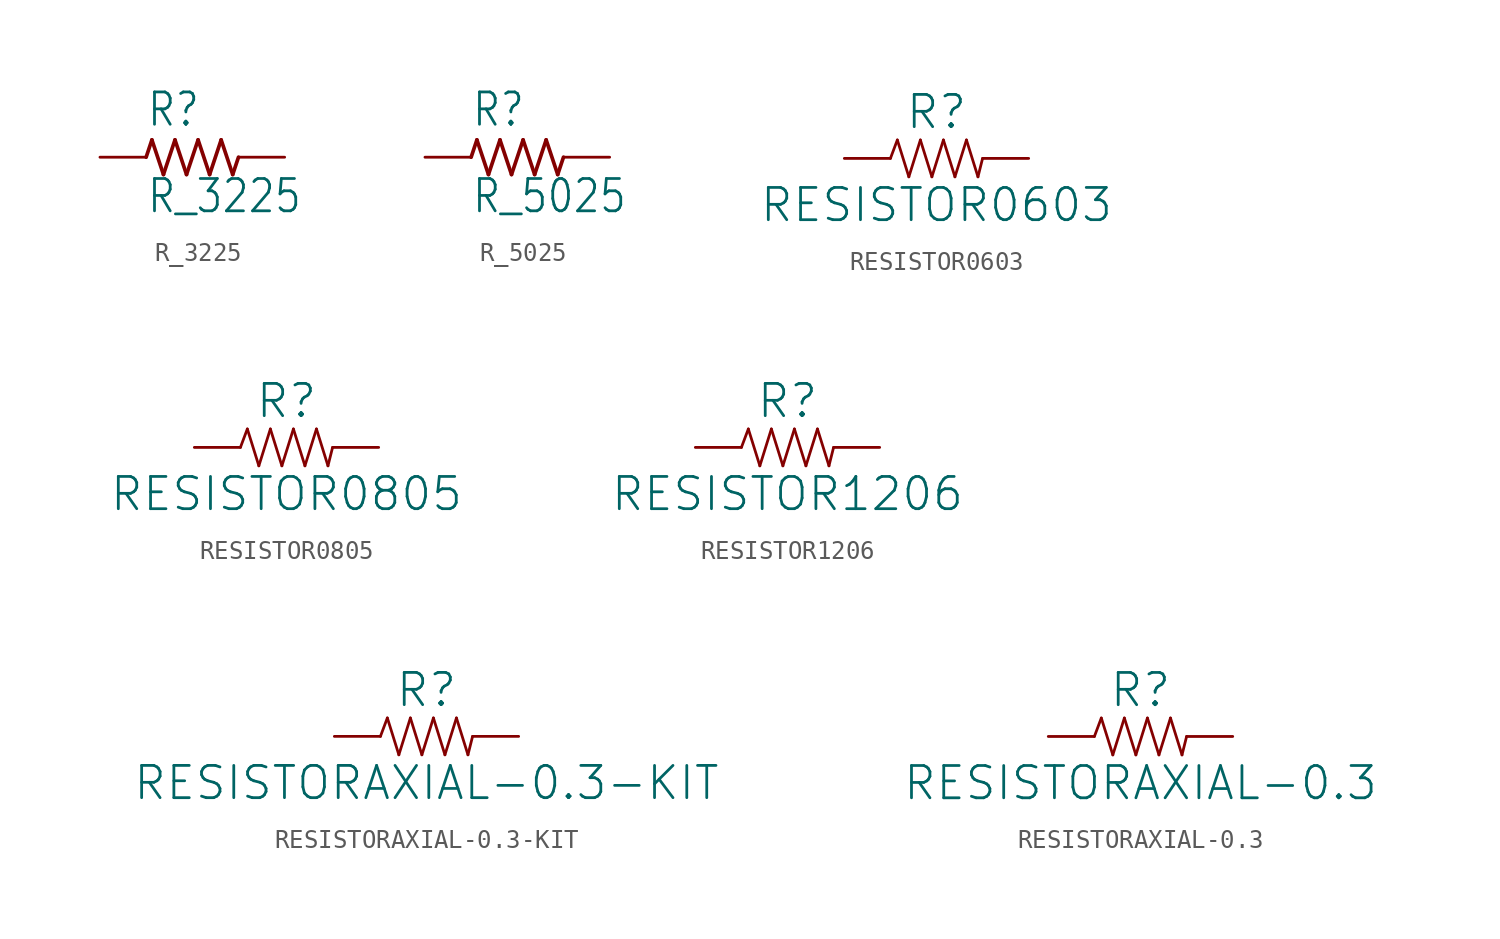
<source format=kicad_sym>
(kicad_symbol_lib
  (version 20220331)
  (generator kicad_symbol_editor)
  (symbol "R_3225"
    (property "Reference" "R"
      (at -2.54 1.587 0)
      (effects (font (size 1.778 1.511)) (justify left bottom)))
    (property "Value" "R_3225"
      (at -2.54 -3.175 0)
      (effects (font (size 1.778 1.511)) (justify left bottom)))
    (property "ki_locked" ""
      (at 0 0 0)
      (effects (font (size 1.27 1.27))))
    (symbol "R_3225_1_0"
      (polyline (pts (xy -2.54 0) (xy -2.223 0.953)) (stroke (width 0.203) (type solid)) (fill (type none)))
      (polyline (pts (xy -2.223 0.953) (xy -1.587 -0.953)) (stroke (width 0.203) (type solid)) (fill (type none)))
      (polyline (pts (xy -1.587 -0.953) (xy -0.953 0.953)) (stroke (width 0.203) (type solid)) (fill (type none)))
      (polyline (pts (xy -0.953 0.953) (xy -0.318 -0.953)) (stroke (width 0.203) (type solid)) (fill (type none)))
      (polyline (pts (xy -0.318 -0.953) (xy 0.318 0.953)) (stroke (width 0.203) (type solid)) (fill (type none)))
      (polyline (pts (xy 0.318 0.953) (xy 0.953 -0.953)) (stroke (width 0.203) (type solid)) (fill (type none)))
      (polyline (pts (xy 0.953 -0.953) (xy 1.587 0.953)) (stroke (width 0.203) (type solid)) (fill (type none)))
      (polyline (pts (xy 1.587 0.953) (xy 2.223 -0.953)) (stroke (width 0.203) (type solid)) (fill (type none)))
      (polyline (pts (xy 2.223 -0.953) (xy 2.54 0)) (stroke (width 0.203) (type solid)) (fill (type none)))
      (pin passive line (at -5.08 0 0) (length 2.54) (name "1" (effects (font (size 0 0)))) (number "1" (effects (font (size 0 0)))))
      (pin passive line (at 5.08 0 180) (length 2.54) (name "2" (effects (font (size 0 0)))) (number "2" (effects (font (size 0 0)))))))
  (symbol "R_5025"
    (property "Reference" "R"
      (at -2.54 1.587 0)
      (effects (font (size 1.778 1.511)) (justify left bottom)))
    (property "Value" "R_5025"
      (at -2.54 -3.175 0)
      (effects (font (size 1.778 1.511)) (justify left bottom)))
    (property "ki_locked" ""
      (at 0 0 0)
      (effects (font (size 1.27 1.27))))
    (symbol "R_5025_1_0"
      (polyline (pts (xy -2.54 0) (xy -2.223 0.953)) (stroke (width 0.203) (type solid)) (fill (type none)))
      (polyline (pts (xy -2.223 0.953) (xy -1.587 -0.953)) (stroke (width 0.203) (type solid)) (fill (type none)))
      (polyline (pts (xy -1.587 -0.953) (xy -0.953 0.953)) (stroke (width 0.203) (type solid)) (fill (type none)))
      (polyline (pts (xy -0.953 0.953) (xy -0.318 -0.953)) (stroke (width 0.203) (type solid)) (fill (type none)))
      (polyline (pts (xy -0.318 -0.953) (xy 0.318 0.953)) (stroke (width 0.203) (type solid)) (fill (type none)))
      (polyline (pts (xy 0.318 0.953) (xy 0.953 -0.953)) (stroke (width 0.203) (type solid)) (fill (type none)))
      (polyline (pts (xy 0.953 -0.953) (xy 1.587 0.953)) (stroke (width 0.203) (type solid)) (fill (type none)))
      (polyline (pts (xy 1.587 0.953) (xy 2.223 -0.953)) (stroke (width 0.203) (type solid)) (fill (type none)))
      (polyline (pts (xy 2.223 -0.953) (xy 2.54 0)) (stroke (width 0.203) (type solid)) (fill (type none)))
      (pin passive line (at -5.08 0 0) (length 2.54) (name "1" (effects (font (size 0 0)))) (number "1" (effects (font (size 0 0)))))
      (pin passive line (at 5.08 0 180) (length 2.54) (name "2" (effects (font (size 0 0)))) (number "2" (effects (font (size 0 0)))))))
  (symbol "RESISTOR0603"
    (property "Reference" "R"
      (at 0 1.524 0)
      (effects (font (size 1.778 1.778)) (justify bottom)))
    (property "Value" "RESISTOR0603"
      (at 0 -1.524 0)
      (effects (font (size 1.778 1.778)) (justify top)))
    (property "ki_locked" ""
      (at 0 0 0)
      (effects (font (size 1.27 1.27))))
    (symbol "RESISTOR0603_1_0"
      (polyline (pts (xy -2.54 0) (xy -2.159 1.016)) (stroke (width 0.152) (type solid)) (fill (type none)))
      (polyline (pts (xy -2.159 1.016) (xy -1.524 -1.016)) (stroke (width 0.152) (type solid)) (fill (type none)))
      (polyline (pts (xy -1.524 -1.016) (xy -0.889 1.016)) (stroke (width 0.152) (type solid)) (fill (type none)))
      (polyline (pts (xy -0.889 1.016) (xy -0.254 -1.016)) (stroke (width 0.152) (type solid)) (fill (type none)))
      (polyline (pts (xy -0.254 -1.016) (xy 0.381 1.016)) (stroke (width 0.152) (type solid)) (fill (type none)))
      (polyline (pts (xy 0.381 1.016) (xy 1.016 -1.016)) (stroke (width 0.152) (type solid)) (fill (type none)))
      (polyline (pts (xy 1.016 -1.016) (xy 1.651 1.016)) (stroke (width 0.152) (type solid)) (fill (type none)))
      (polyline (pts (xy 1.651 1.016) (xy 2.286 -1.016)) (stroke (width 0.152) (type solid)) (fill (type none)))
      (polyline (pts (xy 2.286 -1.016) (xy 2.54 0)) (stroke (width 0.152) (type solid)) (fill (type none)))
      (pin passive line (at -5.08 0 0) (length 2.54) (name "1" (effects (font (size 0 0)))) (number "1" (effects (font (size 0 0)))))
      (pin passive line (at 5.08 0 180) (length 2.54) (name "2" (effects (font (size 0 0)))) (number "2" (effects (font (size 0 0)))))))
  (symbol "RESISTOR0805"
    (property "Reference" "R"
      (at 0 1.524 0)
      (effects (font (size 1.778 1.778)) (justify bottom)))
    (property "Value" "RESISTOR0805"
      (at 0 -1.524 0)
      (effects (font (size 1.778 1.778)) (justify top)))
    (property "ki_locked" ""
      (at 0 0 0)
      (effects (font (size 1.27 1.27))))
    (symbol "RESISTOR0805_1_0"
      (polyline (pts (xy -2.54 0) (xy -2.159 1.016)) (stroke (width 0.152) (type solid)) (fill (type none)))
      (polyline (pts (xy -2.159 1.016) (xy -1.524 -1.016)) (stroke (width 0.152) (type solid)) (fill (type none)))
      (polyline (pts (xy -1.524 -1.016) (xy -0.889 1.016)) (stroke (width 0.152) (type solid)) (fill (type none)))
      (polyline (pts (xy -0.889 1.016) (xy -0.254 -1.016)) (stroke (width 0.152) (type solid)) (fill (type none)))
      (polyline (pts (xy -0.254 -1.016) (xy 0.381 1.016)) (stroke (width 0.152) (type solid)) (fill (type none)))
      (polyline (pts (xy 0.381 1.016) (xy 1.016 -1.016)) (stroke (width 0.152) (type solid)) (fill (type none)))
      (polyline (pts (xy 1.016 -1.016) (xy 1.651 1.016)) (stroke (width 0.152) (type solid)) (fill (type none)))
      (polyline (pts (xy 1.651 1.016) (xy 2.286 -1.016)) (stroke (width 0.152) (type solid)) (fill (type none)))
      (polyline (pts (xy 2.286 -1.016) (xy 2.54 0)) (stroke (width 0.152) (type solid)) (fill (type none)))
      (pin passive line (at -5.08 0 0) (length 2.54) (name "1" (effects (font (size 0 0)))) (number "1" (effects (font (size 0 0)))))
      (pin passive line (at 5.08 0 180) (length 2.54) (name "2" (effects (font (size 0 0)))) (number "2" (effects (font (size 0 0)))))))
  (symbol "RESISTOR1206"
    (property "Reference" "R"
      (at 0 1.524 0)
      (effects (font (size 1.778 1.778)) (justify bottom)))
    (property "Value" "RESISTOR1206"
      (at 0 -1.524 0)
      (effects (font (size 1.778 1.778)) (justify top)))
    (property "ki_locked" ""
      (at 0 0 0)
      (effects (font (size 1.27 1.27))))
    (symbol "RESISTOR1206_1_0"
      (polyline (pts (xy -2.54 0) (xy -2.159 1.016)) (stroke (width 0.152) (type solid)) (fill (type none)))
      (polyline (pts (xy -2.159 1.016) (xy -1.524 -1.016)) (stroke (width 0.152) (type solid)) (fill (type none)))
      (polyline (pts (xy -1.524 -1.016) (xy -0.889 1.016)) (stroke (width 0.152) (type solid)) (fill (type none)))
      (polyline (pts (xy -0.889 1.016) (xy -0.254 -1.016)) (stroke (width 0.152) (type solid)) (fill (type none)))
      (polyline (pts (xy -0.254 -1.016) (xy 0.381 1.016)) (stroke (width 0.152) (type solid)) (fill (type none)))
      (polyline (pts (xy 0.381 1.016) (xy 1.016 -1.016)) (stroke (width 0.152) (type solid)) (fill (type none)))
      (polyline (pts (xy 1.016 -1.016) (xy 1.651 1.016)) (stroke (width 0.152) (type solid)) (fill (type none)))
      (polyline (pts (xy 1.651 1.016) (xy 2.286 -1.016)) (stroke (width 0.152) (type solid)) (fill (type none)))
      (polyline (pts (xy 2.286 -1.016) (xy 2.54 0)) (stroke (width 0.152) (type solid)) (fill (type none)))
      (pin passive line (at -5.08 0 0) (length 2.54) (name "1" (effects (font (size 0 0)))) (number "1" (effects (font (size 0 0)))))
      (pin passive line (at 5.08 0 180) (length 2.54) (name "2" (effects (font (size 0 0)))) (number "2" (effects (font (size 0 0)))))))
  (symbol "RESISTORAXIAL-0.3-KIT"
    (property "Reference" "R"
      (at 0 1.524 0)
      (effects (font (size 1.778 1.778)) (justify bottom)))
    (property "Value" "RESISTORAXIAL-0.3-KIT"
      (at 0 -1.524 0)
      (effects (font (size 1.778 1.778)) (justify top)))
    (property "ki_locked" ""
      (at 0 0 0)
      (effects (font (size 1.27 1.27))))
    (symbol "RESISTORAXIAL-0.3-KIT_1_0"
      (polyline (pts (xy -2.54 0) (xy -2.159 1.016)) (stroke (width 0.152) (type solid)) (fill (type none)))
      (polyline (pts (xy -2.159 1.016) (xy -1.524 -1.016)) (stroke (width 0.152) (type solid)) (fill (type none)))
      (polyline (pts (xy -1.524 -1.016) (xy -0.889 1.016)) (stroke (width 0.152) (type solid)) (fill (type none)))
      (polyline (pts (xy -0.889 1.016) (xy -0.254 -1.016)) (stroke (width 0.152) (type solid)) (fill (type none)))
      (polyline (pts (xy -0.254 -1.016) (xy 0.381 1.016)) (stroke (width 0.152) (type solid)) (fill (type none)))
      (polyline (pts (xy 0.381 1.016) (xy 1.016 -1.016)) (stroke (width 0.152) (type solid)) (fill (type none)))
      (polyline (pts (xy 1.016 -1.016) (xy 1.651 1.016)) (stroke (width 0.152) (type solid)) (fill (type none)))
      (polyline (pts (xy 1.651 1.016) (xy 2.286 -1.016)) (stroke (width 0.152) (type solid)) (fill (type none)))
      (polyline (pts (xy 2.286 -1.016) (xy 2.54 0)) (stroke (width 0.152) (type solid)) (fill (type none)))
      (pin passive line (at -5.08 0 0) (length 2.54) (name "1" (effects (font (size 0 0)))) (number "P$1" (effects (font (size 0 0)))))
      (pin passive line (at 5.08 0 180) (length 2.54) (name "2" (effects (font (size 0 0)))) (number "P$2" (effects (font (size 0 0)))))))
  (symbol "RESISTORAXIAL-0.3"
    (property "Reference" "R"
      (at 0 1.524 0)
      (effects (font (size 1.778 1.778)) (justify bottom)))
    (property "Value" "RESISTORAXIAL-0.3"
      (at 0 -1.524 0)
      (effects (font (size 1.778 1.778)) (justify top)))
    (property "ki_locked" ""
      (at 0 0 0)
      (effects (font (size 1.27 1.27))))
    (symbol "RESISTORAXIAL-0.3_1_0"
      (polyline (pts (xy -2.54 0) (xy -2.159 1.016)) (stroke (width 0.152) (type solid)) (fill (type none)))
      (polyline (pts (xy -2.159 1.016) (xy -1.524 -1.016)) (stroke (width 0.152) (type solid)) (fill (type none)))
      (polyline (pts (xy -1.524 -1.016) (xy -0.889 1.016)) (stroke (width 0.152) (type solid)) (fill (type none)))
      (polyline (pts (xy -0.889 1.016) (xy -0.254 -1.016)) (stroke (width 0.152) (type solid)) (fill (type none)))
      (polyline (pts (xy -0.254 -1.016) (xy 0.381 1.016)) (stroke (width 0.152) (type solid)) (fill (type none)))
      (polyline (pts (xy 0.381 1.016) (xy 1.016 -1.016)) (stroke (width 0.152) (type solid)) (fill (type none)))
      (polyline (pts (xy 1.016 -1.016) (xy 1.651 1.016)) (stroke (width 0.152) (type solid)) (fill (type none)))
      (polyline (pts (xy 1.651 1.016) (xy 2.286 -1.016)) (stroke (width 0.152) (type solid)) (fill (type none)))
      (polyline (pts (xy 2.286 -1.016) (xy 2.54 0)) (stroke (width 0.152) (type solid)) (fill (type none)))
      (pin passive line (at -5.08 0 0) (length 2.54) (name "1" (effects (font (size 0 0)))) (number "P$1" (effects (font (size 0 0)))))
      (pin passive line (at 5.08 0 180) (length 2.54) (name "2" (effects (font (size 0 0)))) (number "P$2" (effects (font (size 0 0))))))))
</source>
